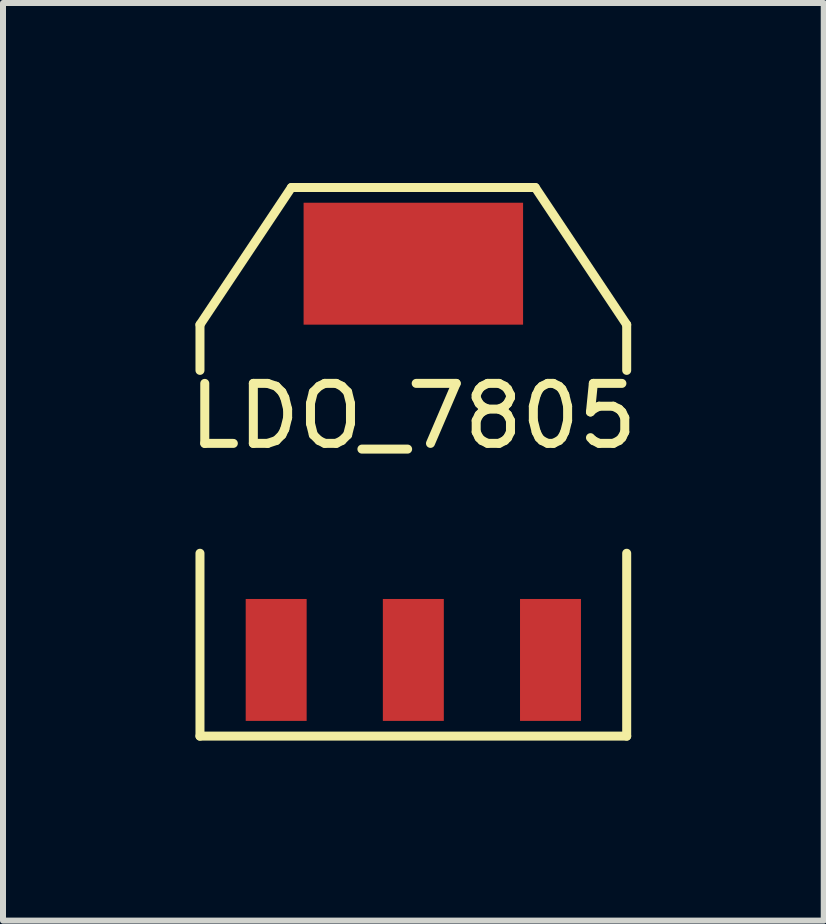
<source format=kicad_pcb>
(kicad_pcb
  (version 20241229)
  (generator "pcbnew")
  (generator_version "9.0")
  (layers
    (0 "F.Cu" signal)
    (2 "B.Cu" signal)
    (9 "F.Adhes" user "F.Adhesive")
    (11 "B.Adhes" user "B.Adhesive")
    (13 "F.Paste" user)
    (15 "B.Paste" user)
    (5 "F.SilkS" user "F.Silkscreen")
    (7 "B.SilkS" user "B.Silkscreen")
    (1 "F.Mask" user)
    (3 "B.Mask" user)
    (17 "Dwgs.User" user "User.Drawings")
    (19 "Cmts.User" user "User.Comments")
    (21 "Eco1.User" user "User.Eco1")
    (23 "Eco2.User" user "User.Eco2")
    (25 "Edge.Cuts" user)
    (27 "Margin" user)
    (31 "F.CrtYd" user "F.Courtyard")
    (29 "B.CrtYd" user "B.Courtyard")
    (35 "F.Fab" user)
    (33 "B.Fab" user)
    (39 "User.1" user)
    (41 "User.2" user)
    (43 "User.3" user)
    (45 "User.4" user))
  (footprint "LDO_7805"
    (layer "F.Cu")
    (at 3.839 4.647)
    (property "Reference" "LDO_7805" (at 0 -0.762 0) (layer "F.SilkS") (effects (font (size 1 1) (thickness 0.15))))
    (attr smd)
    (fp_line (start -3.556 -2.286) (end -2.032 -4.572) (stroke (width 0.15) (type solid)) (layer "F.SilkS"))
    (fp_line (start -3.556 -1.524) (end -3.556 -2.286) (stroke (width 0.15) (type solid)) (layer "F.SilkS"))
    (fp_line (start -3.556 1.524) (end -3.556 4.572) (stroke (width 0.15) (type solid)) (layer "F.SilkS"))
    (fp_line (start -3.556 4.572) (end 3.556 4.572) (stroke (width 0.15) (type solid)) (layer "F.SilkS"))
    (fp_line (start -2.032 -4.572) (end 2.032 -4.572) (stroke (width 0.15) (type solid)) (layer "F.SilkS"))
    (fp_line (start 2.032 -4.572) (end 3.556 -2.286) (stroke (width 0.15) (type solid)) (layer "F.SilkS"))
    (fp_line (start 3.556 -2.286) (end 3.556 -1.524) (stroke (width 0.15) (type solid)) (layer "F.SilkS"))
    (fp_line (start 3.556 4.572) (end 3.556 1.524) (stroke (width 0.15) (type solid)) (layer "F.SilkS"))
    (pad "1" smd rect (at -2.286 3.302) (size 1.016 2.032) (layers "F.Cu" "F.Mask" "F.Paste"))
    (pad "2" smd rect (at 0 -3.302) (size 3.658 2.032) (layers "F.Cu" "F.Mask" "F.Paste"))
    (pad "2" smd rect (at 0 3.302) (size 1.016 2.032) (layers "F.Cu" "F.Mask" "F.Paste"))
    (pad "3" smd rect (at 2.286 3.302) (size 1.016 2.032) (layers "F.Cu" "F.Mask" "F.Paste")))
  (gr_rect
    (start -3 -3)
    (end 10.679 12.294)
    (stroke (width 0.1) (type default))
    (fill no)
    (layer "Edge.Cuts")))
</source>
